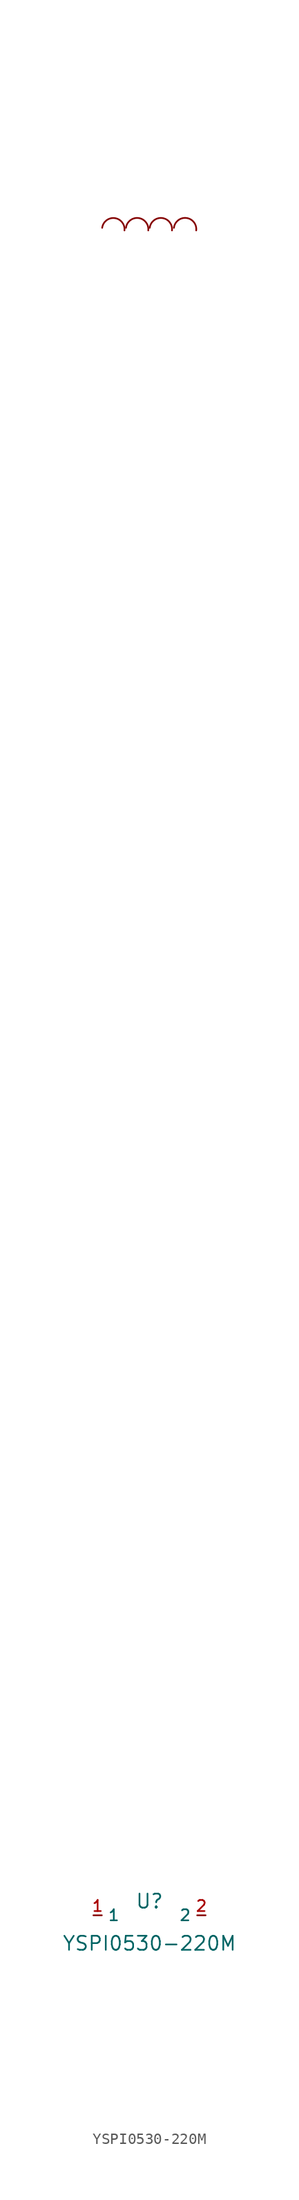
<source format=kicad_sym>
(kicad_symbol_lib
  (version 20210201)
  (generator TousstNicolas/JLC2KiCad_lib)
  (symbol "YSPI0530-220M"
    (property "Reference" "U"
      (at 0 1.27 0)
      (effects (font (size 1.27 1.27))))
    (property "Value" "YSPI0530-220M"
      (at 0 -2.54 0)
      (effects (font (size 1.27 1.27))))
    (symbol "YSPI0530-220M_0_1"
      (pin unspecified line (at 5.08 -0.0 180) (length 0.762) (name "2" (effects (font (size 1 1)))) (number "2" (effects (font (size 1 1)))))
      (pin unspecified line (at -5.08 -0.0 0) (length 0.762) (name "1" (effects (font (size 1 1)))) (number "1" (effects (font (size 1 1)))))
      (arc (start -2.2675798317689098 152.26577474375057) (mid -3.1589675383294846 153.39269454626879) (end -4.285887329344515 152.50130682516553) (stroke (width 0) (type default) (color 0 0 0 0)) (fill (type none)))
      (arc (start -0.11289020511819081 152.26516817215807) (mid -1.0043096562459306 153.39206286199257) (end -2.131204336687783 152.50064339899106) (stroke (width 0) (type default) (color 0 0 0 0)) (fill (type none)))
      (arc (start 2.037732096126408 152.26516817215807) (mid 1.146312644998668 153.39206286199257) (end 0.019417964556815614 152.50064339899106) (stroke (width 0) (type default) (color 0 0 0 0)) (fill (type none)))
      (arc (start 4.230518481699189 152.26567617317409) (mid 3.339099030571449 153.3925708630086) (end 2.2122043501295967 152.50115140000707) (stroke (width 0) (type default) (color 0 0 0 0)) (fill (type none))))))
</source>
